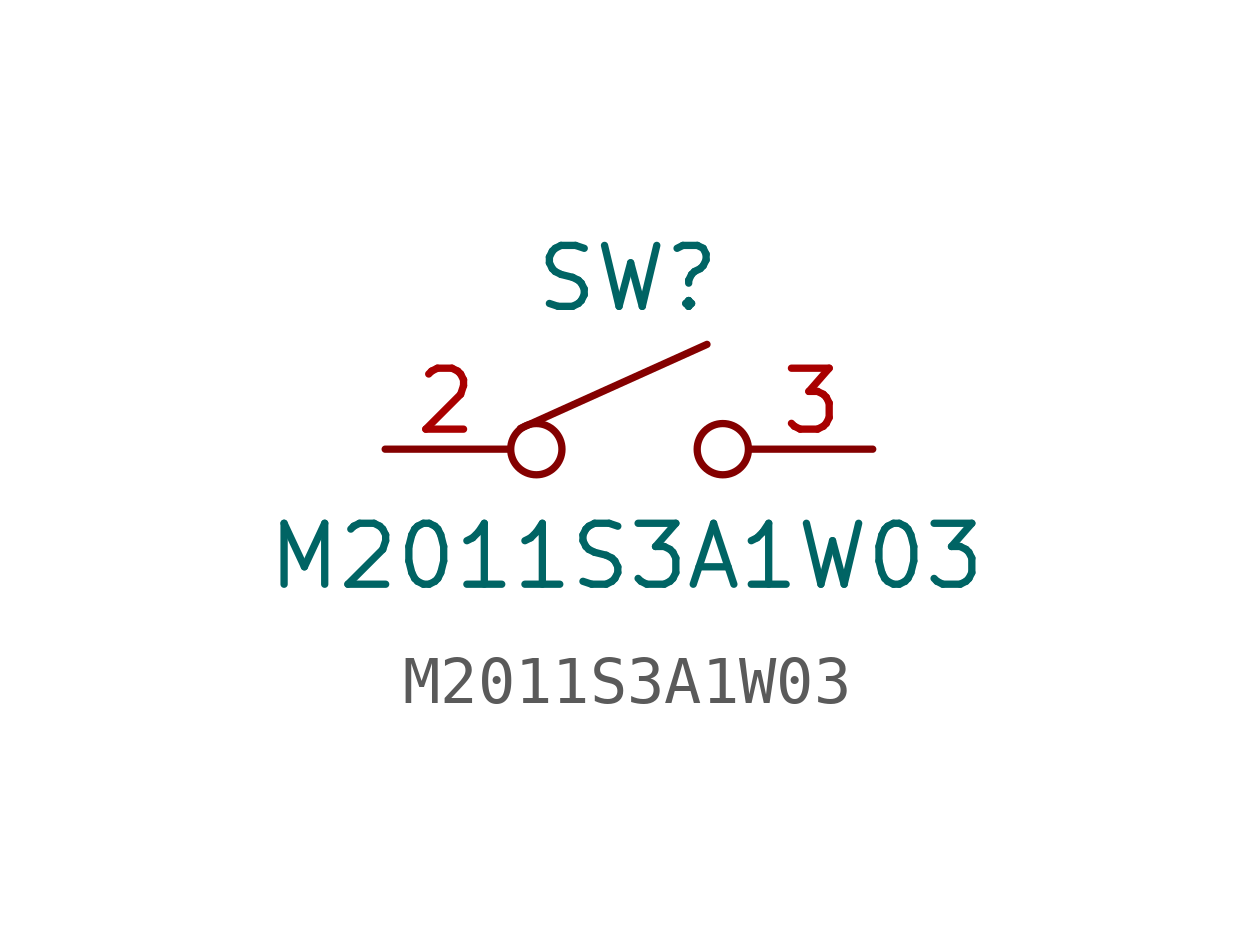
<source format=kicad_sym>
(kicad_symbol_lib
  (version 20220914)
  (generator kicad_symbol_editor)
  (symbol "M2011S3A1W03"
    (property "Reference" "SW"
      (at -0.025 3.556 0)
      (effects (font (size 1.27 1.27))))
    (property "Value" "M2011S3A1W03"
      (at -0.051 -2.235 0)
      (effects (font (size 1.27 1.27))))
    (symbol "M2011S3A1W03_0_1"
      (circle (center -1.93 0) (radius 0.534) (stroke (width 0) (type default)) (fill (type none)))
      (polyline (pts (xy -2.261 0.432) (xy 1.626 2.184)) (stroke (width 0) (type default)) (fill (type none)))
      (circle (center 1.956 0) (radius 0.534) (stroke (width 0) (type default)) (fill (type none))))
    (symbol "M2011S3A1W03_1_1"
      (pin passive line (at -5.08 0 0) (length 2.54) (name "" (effects (font (size 1.27 1.27)))) (number "2" (effects (font (size 1.27 1.27)))))
      (pin passive line (at 5.08 0 180) (length 2.54) (name "" (effects (font (size 1.27 1.27)))) (number "3" (effects (font (size 1.27 1.27))))))))
</source>
